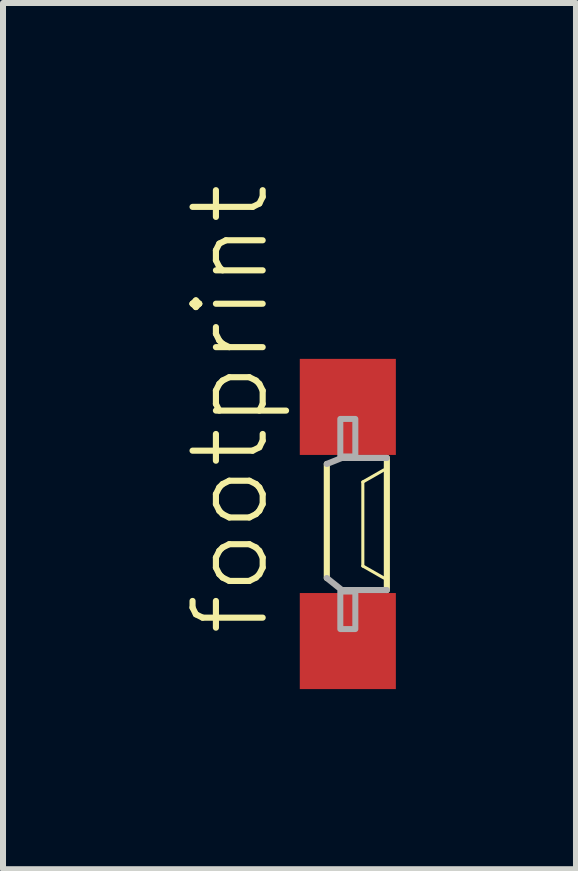
<source format=kicad_pcb>
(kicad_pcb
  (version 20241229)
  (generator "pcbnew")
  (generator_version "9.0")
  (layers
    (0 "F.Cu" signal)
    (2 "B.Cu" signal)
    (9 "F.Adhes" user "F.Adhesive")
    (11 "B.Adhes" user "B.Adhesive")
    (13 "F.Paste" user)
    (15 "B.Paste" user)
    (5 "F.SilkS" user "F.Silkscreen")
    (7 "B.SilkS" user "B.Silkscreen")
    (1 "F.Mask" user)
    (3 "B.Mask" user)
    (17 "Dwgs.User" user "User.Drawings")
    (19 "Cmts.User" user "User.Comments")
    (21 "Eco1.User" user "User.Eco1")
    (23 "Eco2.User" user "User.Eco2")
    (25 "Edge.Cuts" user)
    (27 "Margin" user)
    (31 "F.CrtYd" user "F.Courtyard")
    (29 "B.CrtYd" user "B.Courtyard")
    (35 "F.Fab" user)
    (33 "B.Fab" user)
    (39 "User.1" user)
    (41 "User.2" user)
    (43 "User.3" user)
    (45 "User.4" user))
  (footprint "footprint"
    (layer "F.Cu")
    (at 2.743 5.677)
    (property "Reference" "footprint" (at -1.27 1.905 90) (layer "F.SilkS") (effects (font (size 1.168 1.168) (thickness 0.102)) (justify left bottom)))
    (fp_poly (pts (xy -0.4 -1.1) (xy 0.4 -1.1) (xy 0.4 -1.8) (xy -0.4 -1.8)) (stroke (width 0) (type solid)) (fill yes) (layer "F.Mask"))
    (fp_poly (pts (xy -0.4 1.8) (xy 0.4 1.8) (xy 0.4 1.1) (xy -0.4 1.1)) (stroke (width 0) (type solid)) (fill yes) (layer "F.Mask"))
    (fp_line (start -0.35 -1) (end -0.35 0.9) (stroke (width 0.102) (type solid)) (layer "F.SilkS"))
    (fp_line (start 0.25 -0.7) (end 0.25 0.7) (stroke (width 0.051) (type solid)) (layer "F.SilkS"))
    (fp_line (start 0.25 0.7) (end 0.6 0.9) (stroke (width 0.051) (type solid)) (layer "F.SilkS"))
    (fp_line (start 0.6 -0.9) (end 0.25 -0.7) (stroke (width 0.051) (type solid)) (layer "F.SilkS"))
    (fp_line (start 0.65 1.1) (end 0.65 -1.1) (stroke (width 0.102) (type solid)) (layer "F.SilkS"))
    (fp_poly (pts (xy -0.35 -1.15) (xy 0.35 -1.15) (xy 0.35 -1.75) (xy -0.35 -1.75)) (stroke (width 0) (type solid)) (fill yes) (layer "F.Paste"))
    (fp_poly (pts (xy -0.35 1.75) (xy 0.35 1.75) (xy 0.35 1.15) (xy -0.35 1.15)) (stroke (width 0) (type solid)) (fill yes) (layer "F.Paste"))
    (fp_line (start -0.35 0.9) (end -0.1 1.1) (stroke (width 0.102) (type solid)) (layer "F.Fab"))
    (fp_line (start -0.1 -1.1) (end -0.35 -1) (stroke (width 0.102) (type solid)) (layer "F.Fab"))
    (fp_line (start -0.1 1.1) (end 0.65 1.1) (stroke (width 0.102) (type solid)) (layer "F.Fab"))
    (fp_line (start 0.65 -1.1) (end -0.1 -1.1) (stroke (width 0.102) (type solid)) (layer "F.Fab"))
    (fp_poly (pts (xy -0.125 -1.125) (xy 0.125 -1.125) (xy 0.125 -1.75) (xy -0.125 -1.75)) (stroke (width 0.1) (type solid)) (fill no) (layer "F.Fab"))
    (fp_poly (pts (xy -0.125 1.75) (xy 0.125 1.75) (xy 0.125 1.125) (xy -0.125 1.125)) (stroke (width 0.1) (type solid)) (fill no) (layer "F.Fab"))
    (pad "A" smd rect (at 0 -1.95) (size 1.6 1.6) (layers "F.Cu"))
    (pad "C" smd rect (at 0 1.95) (size 1.6 1.6) (layers "F.Cu")))
  (gr_rect
    (start -3 -3)
    (end 6.543 11.427)
    (stroke (width 0.1) (type default))
    (fill no)
    (layer "Edge.Cuts")))
</source>
